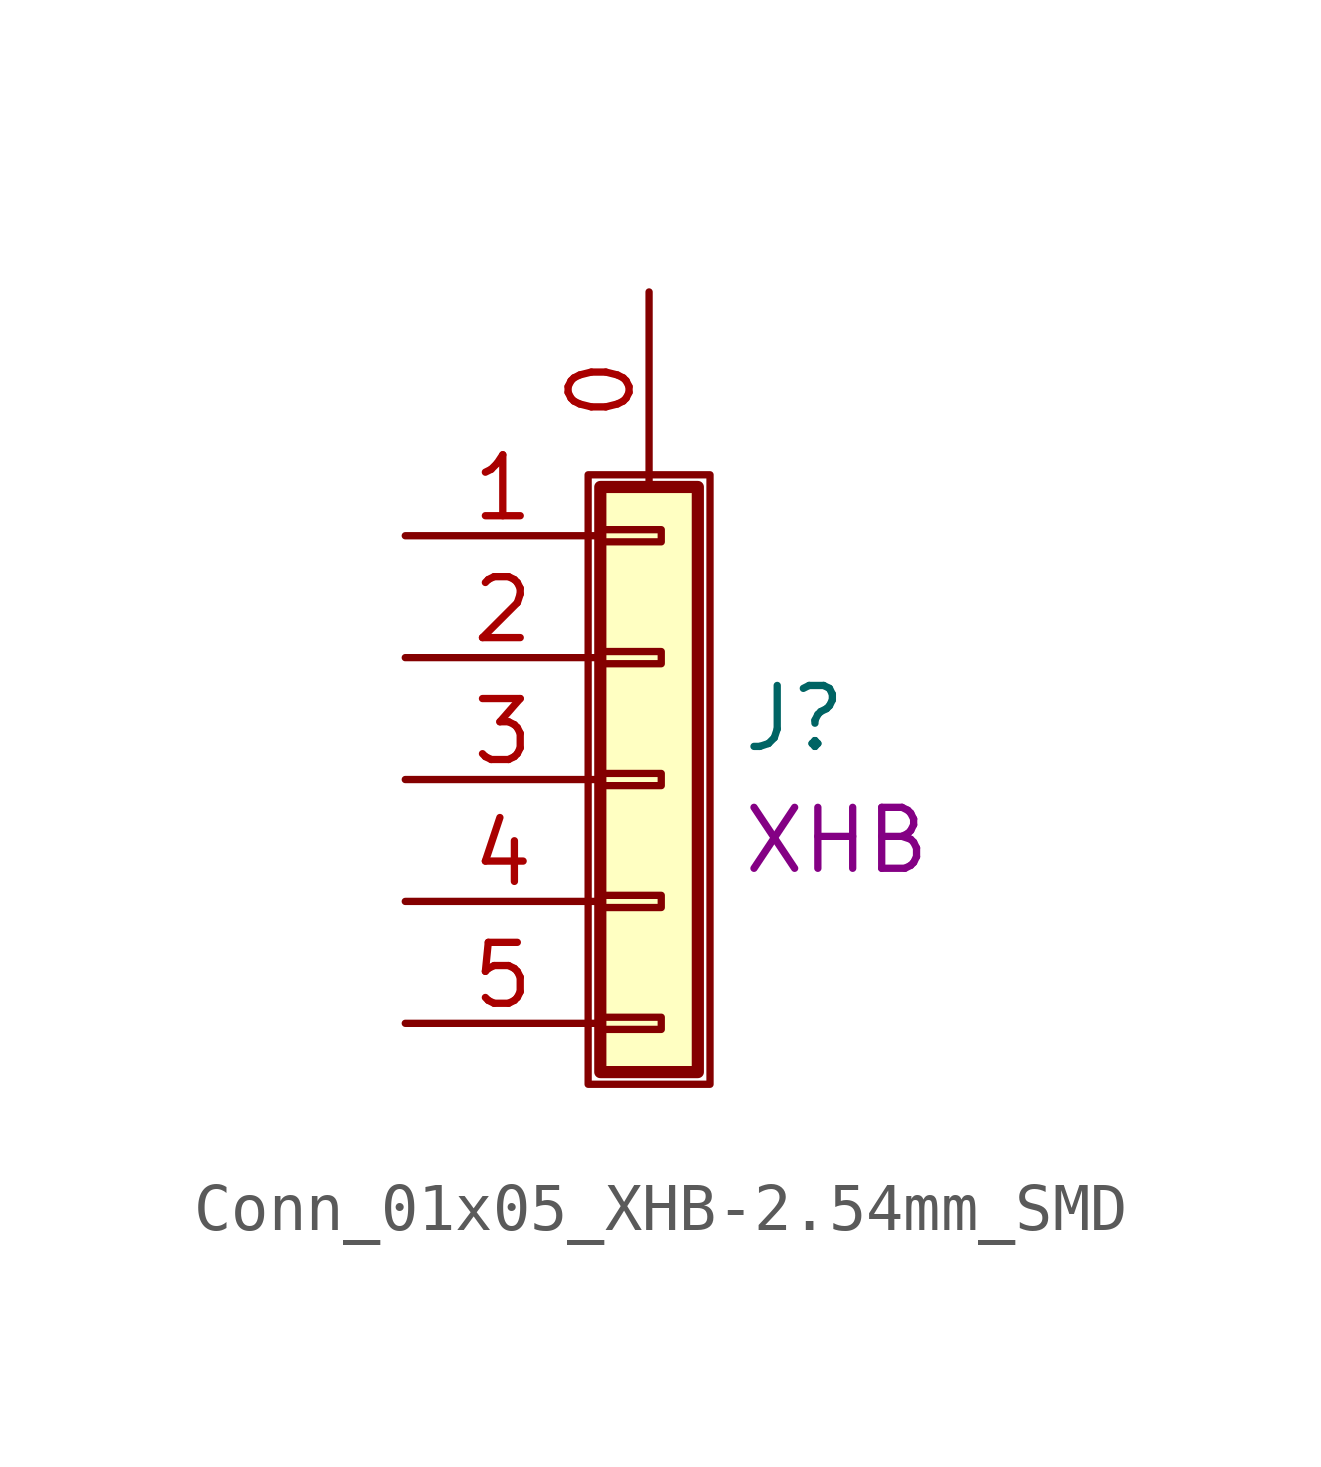
<source format=kicad_sym>
(kicad_symbol_lib
  (version 20211014)
  (generator kicad_symbol_editor)
  (symbol "Conn_01x05_XHB-2.54mm_SMD"
    (pin_names
      (offset 1.016) hide)
    (property "Reference" "J"
      (at 1.905 1.27 0)
      (effects (font (size 1.27 1.27)) (justify left)))
    (property "Symbol" "XHB"
      (at 1.905 -1.27 0)
      (effects (font (size 1.27 1.27)) (justify left)))
    (symbol "Conn_01x05_XHB-2.54mm_SMD_1_1"
      (rectangle (start -1.27 6.35) (end 1.27 -6.35) (stroke (width 0.152) (type default) (color 0 0 0 0)) (fill (type none)))
      (rectangle (start -1.016 -4.953) (end 0.254 -5.207) (stroke (width 0.152) (type default) (color 0 0 0 0)) (fill (type none)))
      (rectangle (start -1.016 -2.413) (end 0.254 -2.667) (stroke (width 0.152) (type default) (color 0 0 0 0)) (fill (type none)))
      (rectangle (start -1.016 0.127) (end 0.254 -0.127) (stroke (width 0.152) (type default) (color 0 0 0 0)) (fill (type none)))
      (rectangle (start -1.016 2.667) (end 0.254 2.413) (stroke (width 0.152) (type default) (color 0 0 0 0)) (fill (type none)))
      (rectangle (start -1.016 5.207) (end 0.254 4.953) (stroke (width 0.152) (type default) (color 0 0 0 0)) (fill (type none)))
      (rectangle (start -1.016 6.096) (end 1.016 -6.096) (stroke (width 0.254) (type default) (color 0 0 0 0)) (fill (type background)))
      (pin passive line (at 0 10.16 270) (length 4.064) (name "Pin_0" (effects (font (size 1.27 1.27)))) (number "0" (effects (font (size 1.27 1.27)))))
      (pin passive line (at -5.08 5.08 0) (length 4.064) (name "Pin_1" (effects (font (size 1.27 1.27)))) (number "1" (effects (font (size 1.27 1.27)))))
      (pin passive line (at -5.08 2.54 0) (length 4.064) (name "Pin_2" (effects (font (size 1.27 1.27)))) (number "2" (effects (font (size 1.27 1.27)))))
      (pin passive line (at -5.08 0 0) (length 4.064) (name "Pin_3" (effects (font (size 1.27 1.27)))) (number "3" (effects (font (size 1.27 1.27)))))
      (pin passive line (at -5.08 -2.54 0) (length 4.064) (name "Pin_4" (effects (font (size 1.27 1.27)))) (number "4" (effects (font (size 1.27 1.27)))))
      (pin passive line (at -5.08 -5.08 0) (length 4.064) (name "Pin_5" (effects (font (size 1.27 1.27)))) (number "5" (effects (font (size 1.27 1.27))))))))
</source>
